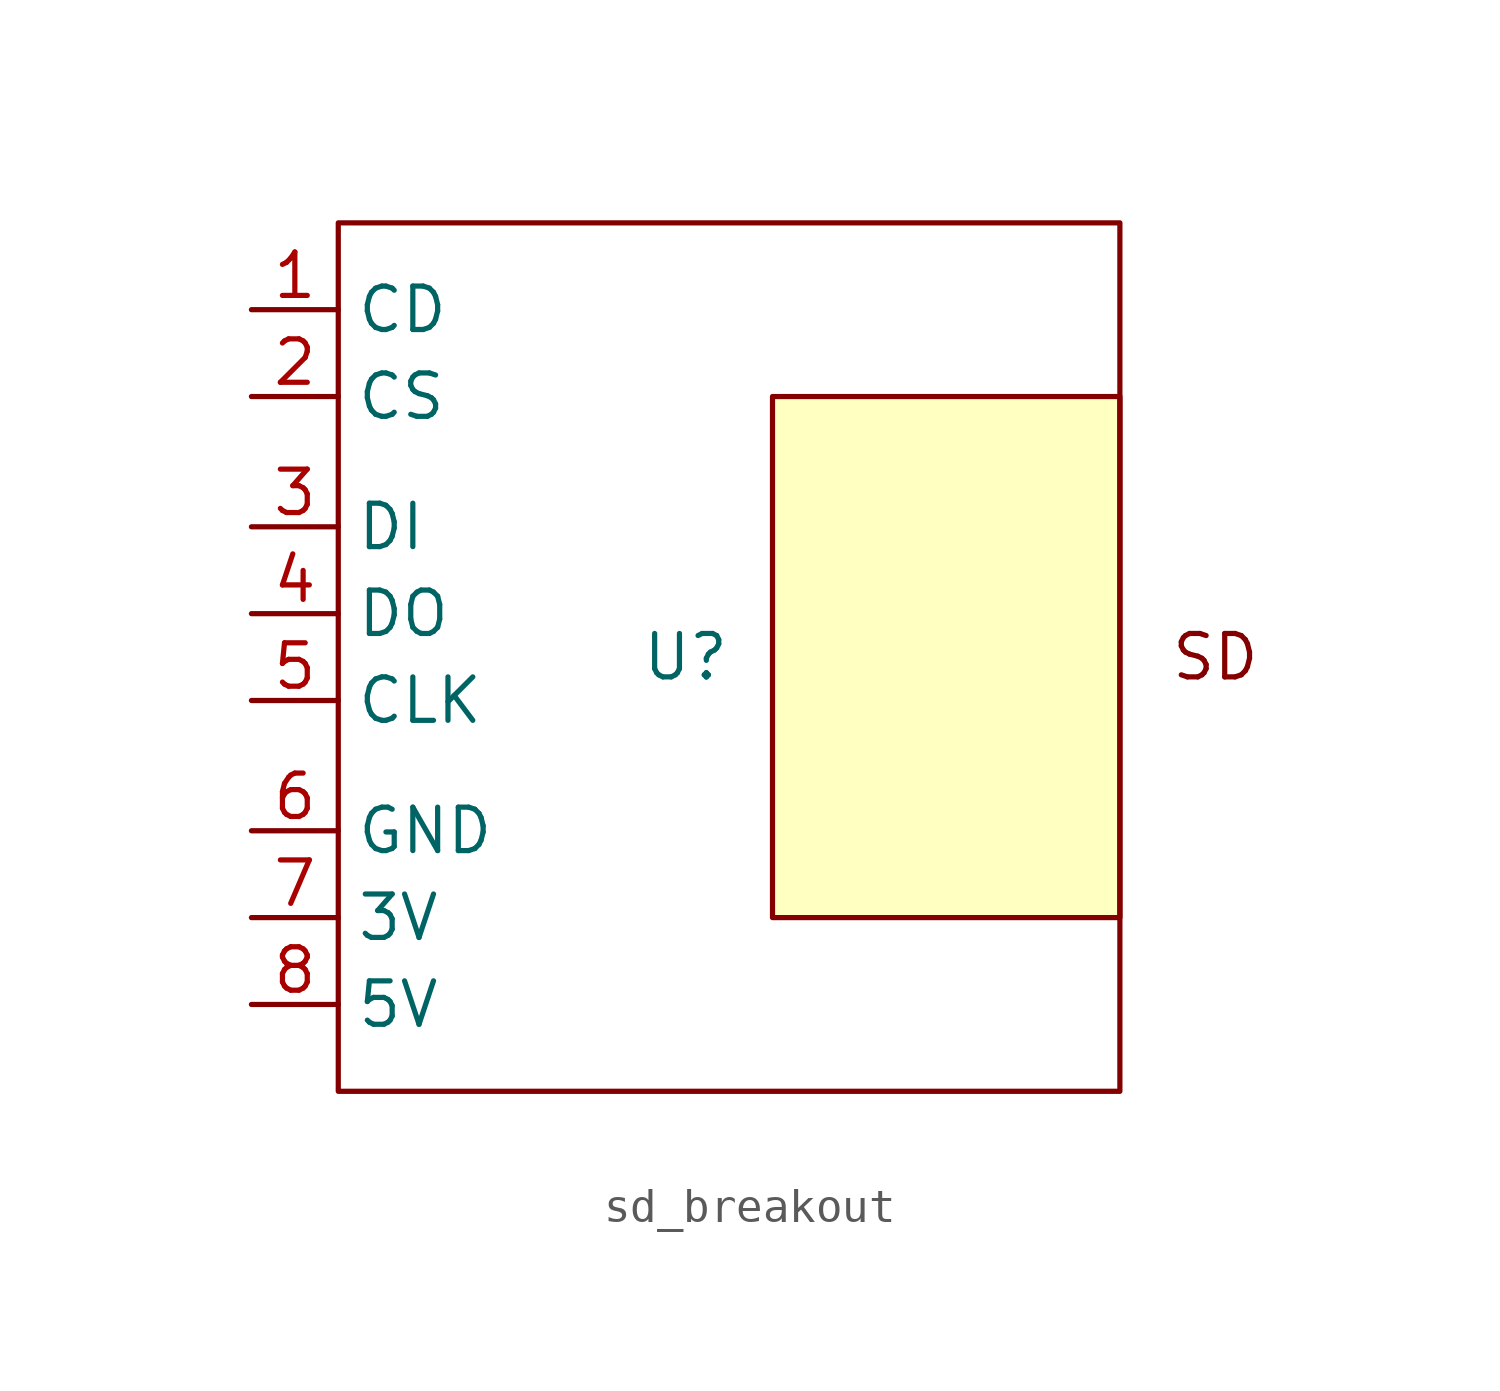
<source format=kicad_sym>
(kicad_symbol_lib
  (version 20231120)
  (generator "kicad_symbol_editor")
  (generator_version "8.0")
  (symbol "sd_breakout"
    (property "Reference" "U"
      (at 0 0 0)
      (effects (font (size 1.27 1.27))))
    (property "Value" ""
      (at 0 0 0)
      (effects (font (size 1.27 1.27))))
    (symbol "sd_breakout_1_1"
      (rectangle (start -10.16 12.7) (end 12.7 -12.7) (stroke (width 0) (type default)) (fill (type none)))
      (rectangle (start 2.54 7.62) (end 12.7 -7.62) (stroke (width 0) (type default)) (fill (type color) (color 255 255 194 1)))
      (text "SD" (at 15.494 0 0) (effects (font (size 1.27 1.27))))
      (pin output line (at -12.7 10.16 0) (length 2.54) (name "CD" (effects (font (size 1.27 1.27)))) (number "1" (effects (font (size 1.27 1.27)))))
      (pin input line (at -12.7 7.62 0) (length 2.54) (name "CS" (effects (font (size 1.27 1.27)))) (number "2" (effects (font (size 1.27 1.27)))))
      (pin input line (at -12.7 3.81 0) (length 2.54) (name "DI" (effects (font (size 1.27 1.27)))) (number "3" (effects (font (size 1.27 1.27)))))
      (pin output line (at -12.7 1.27 0) (length 2.54) (name "DO" (effects (font (size 1.27 1.27)))) (number "4" (effects (font (size 1.27 1.27)))))
      (pin input line (at -12.7 -1.27 0) (length 2.54) (name "CLK" (effects (font (size 1.27 1.27)))) (number "5" (effects (font (size 1.27 1.27)))))
      (pin input line (at -12.7 -5.08 0) (length 2.54) (name "GND" (effects (font (size 1.27 1.27)))) (number "6" (effects (font (size 1.27 1.27)))))
      (pin input line (at -12.7 -7.62 0) (length 2.54) (name "3V" (effects (font (size 1.27 1.27)))) (number "7" (effects (font (size 1.27 1.27)))))
      (pin input line (at -12.7 -10.16 0) (length 2.54) (name "5V" (effects (font (size 1.27 1.27)))) (number "8" (effects (font (size 1.27 1.27))))))))
</source>
